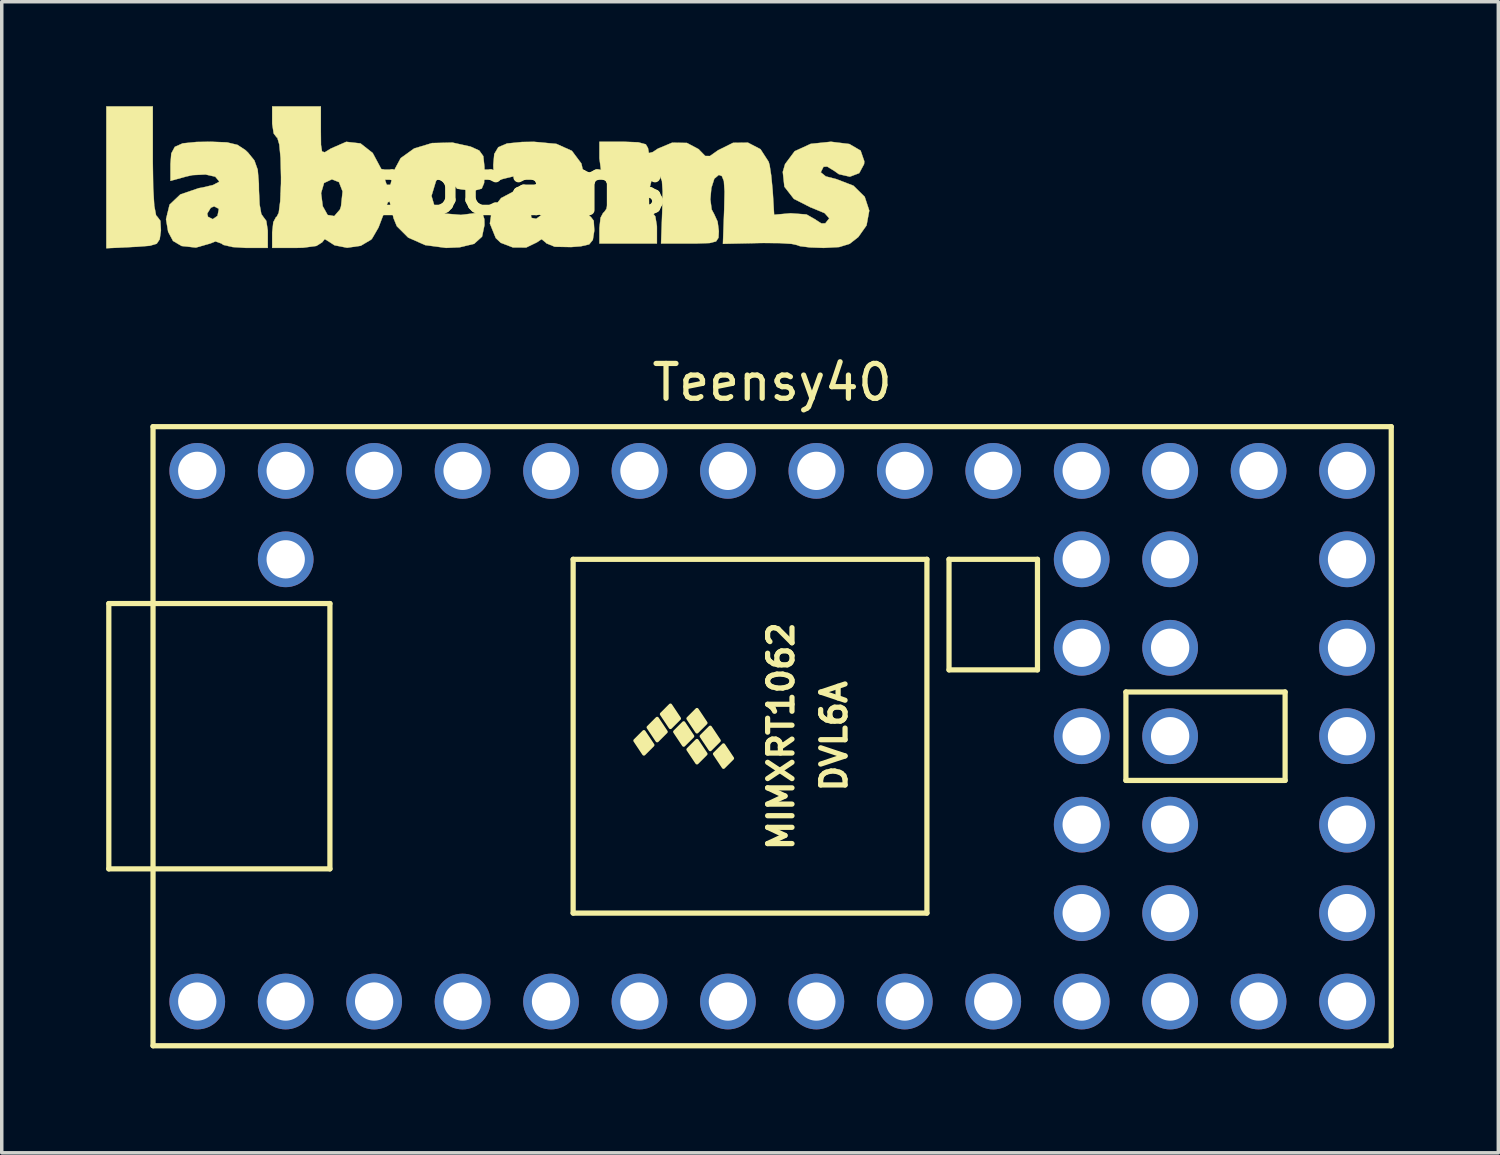
<source format=kicad_pcb>
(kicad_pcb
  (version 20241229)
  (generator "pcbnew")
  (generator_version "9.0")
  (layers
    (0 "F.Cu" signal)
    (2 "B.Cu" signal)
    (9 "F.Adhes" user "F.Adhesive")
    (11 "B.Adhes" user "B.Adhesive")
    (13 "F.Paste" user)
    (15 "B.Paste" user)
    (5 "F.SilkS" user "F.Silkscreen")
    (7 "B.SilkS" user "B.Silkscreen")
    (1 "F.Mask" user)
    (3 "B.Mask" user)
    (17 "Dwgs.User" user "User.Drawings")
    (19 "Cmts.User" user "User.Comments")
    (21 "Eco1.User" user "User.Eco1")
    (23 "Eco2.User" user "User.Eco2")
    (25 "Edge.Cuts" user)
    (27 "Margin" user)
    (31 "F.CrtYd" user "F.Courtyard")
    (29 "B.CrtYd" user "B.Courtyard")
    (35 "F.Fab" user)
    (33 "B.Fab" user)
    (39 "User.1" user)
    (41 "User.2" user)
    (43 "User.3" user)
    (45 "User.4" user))
  (footprint "labcams"
    (layer "F.Cu")
    (at 11.371 2.291)
    (property "Reference" "labcams" (at 0 0 0) (layer "F.SilkS") (effects (font (size 1.524 1.524) (thickness 0.3))))
    (attr through_hole)
    (fp_poly (pts (xy -10.033 -0.699) (xy -10.022 0.049) (xy -9.991 0.566) (xy -9.939 0.842) (xy -9.898 0.889) (xy -9.816 0.999) (xy -9.8 1.274) (xy -9.803 1.302) (xy -9.835 1.531) (xy -9.919 1.657) (xy -10.117 1.717) (xy -10.491 1.746) (xy -10.604 1.751) (xy -11.367 1.788) (xy -11.367 -2.286) (xy -10.033 -2.286) (xy -10.033 -0.699)) (stroke (width 0.01) (type solid)) (fill yes) (layer "F.SilkS"))
    (fp_poly (pts (xy 1.558 -1.209) (xy 2.003 -1.009) (xy 2.276 -0.644) (xy 2.399 -0.088) (xy 2.413 0.26) (xy 2.438 0.634) (xy 2.503 0.856) (xy 2.548 0.889) (xy 2.63 0.999) (xy 2.646 1.274) (xy 2.643 1.302) (xy 2.604 1.549) (xy 2.5 1.677) (xy 2.261 1.732) (xy 1.981 1.754) (xy 1.511 1.745) (xy 1.269 1.646) (xy 1.256 1.628) (xy 1.133 1.528) (xy 0.996 1.62) (xy 0.693 1.766) (xy 0.309 1.765) (xy -0.041 1.631) (xy -0.183 1.496) (xy -0.352 1.078) (xy -0.317 0.845) (xy 0.828 0.845) (xy 0.842 0.916) (xy 0.978 0.942) (xy 1.119 0.841) (xy 1.243 0.652) (xy 1.234 0.556) (xy 1.086 0.549) (xy 0.918 0.675) (xy 0.828 0.845) (xy -0.317 0.845) (xy -0.292 0.682) (xy -0.029 0.347) (xy 0.413 0.113) (xy 0.751 0.036) (xy 1.07 -0.022) (xy 1.179 -0.097) (xy 1.121 -0.217) (xy 0.883 -0.324) (xy 0.491 -0.318) (xy 0.015 -0.201) (xy -0.073 -0.169) (xy -0.193 -0.185) (xy -0.246 -0.381) (xy -0.254 -0.607) (xy -0.226 -0.919) (xy -0.11 -1.114) (xy 0.14 -1.22) (xy 0.569 -1.263) (xy 0.915 -1.268) (xy 1.558 -1.209)) (stroke (width 0.01) (type solid)) (fill yes) (layer "F.SilkS"))
    (fp_poly (pts (xy -7.902 -1.252) (xy -7.6 -1.18) (xy -7.369 -1.027) (xy -7.297 -0.958) (xy -7.115 -0.733) (xy -7.02 -0.467) (xy -6.987 -0.069) (xy -6.985 0.121) (xy -6.966 0.529) (xy -6.916 0.806) (xy -6.858 0.889) (xy -6.774 1.001) (xy -6.732 1.275) (xy -6.731 1.333) (xy -6.731 1.778) (xy -7.359 1.778) (xy -7.737 1.754) (xy -8.001 1.694) (xy -8.065 1.651) (xy -8.233 1.592) (xy -8.381 1.651) (xy -8.795 1.769) (xy -9.206 1.724) (xy -9.452 1.578) (xy -9.592 1.316) (xy -9.652 0.96) (xy -9.652 0.951) (xy -9.614 0.795) (xy -8.471 0.795) (xy -8.447 0.886) (xy -8.31 0.953) (xy -8.175 0.858) (xy -8.138 0.676) (xy -8.145 0.65) (xy -8.271 0.585) (xy -8.367 0.625) (xy -8.471 0.795) (xy -9.614 0.795) (xy -9.551 0.536) (xy -9.242 0.243) (xy -8.713 0.063) (xy -8.604 0.044) (xy -8.299 -0.029) (xy -8.136 -0.115) (xy -8.128 -0.135) (xy -8.239 -0.267) (xy -8.519 -0.33) (xy -8.891 -0.312) (xy -9.076 -0.271) (xy -9.525 -0.147) (xy -9.525 -0.632) (xy -9.502 -0.934) (xy -9.401 -1.123) (xy -9.174 -1.224) (xy -8.775 -1.264) (xy -8.366 -1.27) (xy -7.902 -1.252)) (stroke (width 0.01) (type solid)) (fill yes) (layer "F.SilkS"))
    (fp_poly (pts (xy -5.207 -1.58) (xy -5.203 -1.181) (xy -5.173 -0.992) (xy -5.094 -0.967) (xy -4.94 -1.062) (xy -4.925 -1.072) (xy -4.477 -1.268) (xy -4.067 -1.222) (xy -3.718 -0.948) (xy -3.455 -0.458) (xy -3.405 -0.301) (xy -3.313 -0.026) (xy -3.245 0.08) (xy -3.232 0.064) (xy -3.18 -0.147) (xy -3.119 -0.417) (xy -2.914 -0.799) (xy -2.527 -1.077) (xy -2.013 -1.232) (xy -1.428 -1.246) (xy -0.908 -1.131) (xy -0.657 -1.018) (xy -0.541 -0.856) (xy -0.509 -0.555) (xy -0.508 -0.432) (xy -0.518 -0.086) (xy -0.586 0.076) (xy -0.766 0.124) (xy -0.953 0.127) (xy -1.292 0.08) (xy -1.397 -0.05) (xy -1.486 -0.25) (xy -1.682 -0.297) (xy -1.876 -0.174) (xy -1.903 -0.131) (xy -2.029 0.285) (xy -1.936 0.602) (xy -1.646 0.792) (xy -1.184 0.831) (xy -1.065 0.817) (xy -0.721 0.773) (xy -0.559 0.806) (xy -0.511 0.953) (xy -0.508 1.124) (xy -0.577 1.455) (xy -0.804 1.661) (xy -1.221 1.761) (xy -1.611 1.778) (xy -2.21 1.698) (xy -2.699 1.481) (xy -3.025 1.155) (xy -3.119 0.925) (xy -3.188 0.621) (xy -3.232 0.445) (xy -3.282 0.47) (xy -3.368 0.686) (xy -3.405 0.809) (xy -3.551 1.193) (xy -3.73 1.502) (xy -3.76 1.539) (xy -4.06 1.717) (xy -4.452 1.774) (xy -4.814 1.703) (xy -4.943 1.619) (xy -5.094 1.524) (xy -5.17 1.619) (xy -5.335 1.722) (xy -5.717 1.773) (xy -5.916 1.778) (xy -6.604 1.778) (xy -6.604 1.333) (xy -6.572 1.04) (xy -6.494 0.893) (xy -6.477 0.889) (xy -6.416 0.769) (xy -6.373 0.437) (xy -6.363 0.204) (xy -5.2 0.204) (xy -5.152 0.582) (xy -5.011 0.834) (xy -4.821 0.865) (xy -4.658 0.676) (xy -4.627 0.582) (xy -4.582 0.156) (xy -4.686 -0.111) (xy -4.889 -0.191) (xy -5.115 -0.086) (xy -5.2 0.204) (xy -6.363 0.204) (xy -6.351 -0.065) (xy -6.35 -0.254) (xy -6.363 -0.802) (xy -6.4 -1.192) (xy -6.456 -1.384) (xy -6.477 -1.397) (xy -6.561 -1.509) (xy -6.603 -1.783) (xy -6.604 -1.841) (xy -6.604 -2.286) (xy -5.207 -2.286) (xy -5.207 -1.58)) (stroke (width 0.01) (type solid)) (fill yes) (layer "F.SilkS"))
    (fp_poly (pts (xy 3.91 -1.254) (xy 4.126 -1.196) (xy 4.191 -1.083) (xy 4.191 -1.072) (xy 4.214 -0.946) (xy 4.328 -0.975) (xy 4.473 -1.072) (xy 4.883 -1.243) (xy 5.306 -1.236) (xy 5.645 -1.056) (xy 5.674 -1.024) (xy 5.833 -0.862) (xy 5.967 -0.86) (xy 6.188 -1.016) (xy 6.198 -1.024) (xy 6.631 -1.239) (xy 7.059 -1.244) (xy 7.42 -1.056) (xy 7.654 -0.694) (xy 7.682 -0.594) (xy 7.728 -0.295) (xy 7.768 0.118) (xy 7.777 0.254) (xy 7.811 0.826) (xy 8.286 0.784) (xy 8.741 0.818) (xy 8.963 0.944) (xy 9.167 1.075) (xy 9.281 1.073) (xy 9.394 0.929) (xy 9.262 0.78) (xy 8.882 0.622) (xy 8.859 0.615) (xy 8.378 0.37) (xy 8.106 0.021) (xy 8.06 -0.403) (xy 8.125 -0.628) (xy 8.401 -0.998) (xy 8.863 -1.21) (xy 9.443 -1.27) (xy 9.972 -1.205) (xy 10.295 -1.016) (xy 10.401 -0.708) (xy 10.394 -0.628) (xy 10.255 -0.369) (xy 9.986 -0.267) (xy 9.671 -0.339) (xy 9.536 -0.435) (xy 9.334 -0.558) (xy 9.229 -0.551) (xy 9.15 -0.393) (xy 9.295 -0.275) (xy 9.596 -0.198) (xy 10.089 -0.008) (xy 10.412 0.31) (xy 10.543 0.707) (xy 10.465 1.132) (xy 10.229 1.466) (xy 9.98 1.661) (xy 9.678 1.754) (xy 9.234 1.778) (xy 8.839 1.764) (xy 8.555 1.729) (xy 8.471 1.698) (xy 8.315 1.663) (xy 7.971 1.641) (xy 7.505 1.637) (xy 7.366 1.639) (xy 6.341 1.661) (xy 6.377 0.672) (xy 6.388 0.162) (xy 6.368 -0.141) (xy 6.31 -0.285) (xy 6.223 -0.318) (xy 6.093 -0.208) (xy 6.008 0.059) (xy 5.979 0.385) (xy 6.018 0.676) (xy 6.087 0.804) (xy 6.188 1.024) (xy 6.223 1.295) (xy 6.213 1.486) (xy 6.143 1.592) (xy 5.957 1.639) (xy 5.597 1.651) (xy 5.393 1.651) (xy 4.564 1.651) (xy 4.6 0.667) (xy 4.61 0.159) (xy 4.589 -0.143) (xy 4.531 -0.286) (xy 4.445 -0.318) (xy 4.305 -0.219) (xy 4.227 0.093) (xy 4.215 0.222) (xy 4.219 0.573) (xy 4.282 0.751) (xy 4.311 0.762) (xy 4.399 0.874) (xy 4.444 1.148) (xy 4.445 1.206) (xy 4.445 1.651) (xy 2.794 1.651) (xy 2.794 1.206) (xy 2.826 0.913) (xy 2.904 0.766) (xy 2.921 0.762) (xy 3.001 0.649) (xy 3.045 0.369) (xy 3.048 0.261) (xy 3.018 -0.077) (xy 2.945 -0.293) (xy 2.921 -0.318) (xy 2.835 -0.486) (xy 2.794 -0.794) (xy 2.794 -0.833) (xy 2.794 -1.27) (xy 3.493 -1.27) (xy 3.91 -1.254)) (stroke (width 0.01) (type solid)) (fill yes) (layer "F.SilkS")))
  (footprint "Teensy40"
    (layer "F.Cu")
    (at 19.125 18.093)
    (property "Reference" "Teensy40" (at 0 -10.16 0) (layer "F.SilkS") (effects (font (size 1 1) (thickness 0.15))))
    (attr through_hole)
    (fp_line (start -19.05 -3.81) (end -17.78 -3.81) (stroke (width 0.15) (type solid)) (layer "F.SilkS"))
    (fp_line (start -19.05 3.81) (end -19.05 -3.81) (stroke (width 0.15) (type solid)) (layer "F.SilkS"))
    (fp_line (start -17.78 -8.89) (end 17.78 -8.89) (stroke (width 0.15) (type solid)) (layer "F.SilkS"))
    (fp_line (start -17.78 3.81) (end -19.05 3.81) (stroke (width 0.15) (type solid)) (layer "F.SilkS"))
    (fp_line (start -17.78 8.89) (end -17.78 -8.89) (stroke (width 0.15) (type solid)) (layer "F.SilkS"))
    (fp_line (start -12.7 -3.81) (end -17.78 -3.81) (stroke (width 0.15) (type solid)) (layer "F.SilkS"))
    (fp_line (start -12.7 3.81) (end -17.78 3.81) (stroke (width 0.15) (type solid)) (layer "F.SilkS"))
    (fp_line (start -12.7 3.81) (end -12.7 -3.81) (stroke (width 0.15) (type solid)) (layer "F.SilkS"))
    (fp_line (start -5.715 -5.08) (end -5.715 5.08) (stroke (width 0.15) (type solid)) (layer "F.SilkS"))
    (fp_line (start 4.445 -5.08) (end -5.715 -5.08) (stroke (width 0.15) (type solid)) (layer "F.SilkS"))
    (fp_line (start 4.445 5.08) (end -5.715 5.08) (stroke (width 0.15) (type solid)) (layer "F.SilkS"))
    (fp_line (start 4.445 5.08) (end 4.445 -5.08) (stroke (width 0.15) (type solid)) (layer "F.SilkS"))
    (fp_line (start 5.08 -5.08) (end 7.62 -5.08) (stroke (width 0.15) (type solid)) (layer "F.SilkS"))
    (fp_line (start 5.08 -1.905) (end 5.08 -5.08) (stroke (width 0.15) (type solid)) (layer "F.SilkS"))
    (fp_line (start 7.62 -5.08) (end 7.62 -1.905) (stroke (width 0.15) (type solid)) (layer "F.SilkS"))
    (fp_line (start 7.62 -1.905) (end 5.08 -1.905) (stroke (width 0.15) (type solid)) (layer "F.SilkS"))
    (fp_line (start 10.16 -1.27) (end 14.732 -1.27) (stroke (width 0.15) (type solid)) (layer "F.SilkS"))
    (fp_line (start 10.16 1.27) (end 10.16 -1.27) (stroke (width 0.15) (type solid)) (layer "F.SilkS"))
    (fp_line (start 14.732 -1.27) (end 14.732 1.27) (stroke (width 0.15) (type solid)) (layer "F.SilkS"))
    (fp_line (start 14.732 1.27) (end 10.16 1.27) (stroke (width 0.15) (type solid)) (layer "F.SilkS"))
    (fp_line (start 17.78 -8.89) (end 17.78 8.89) (stroke (width 0.15) (type solid)) (layer "F.SilkS"))
    (fp_line (start 17.78 8.89) (end -17.78 8.89) (stroke (width 0.15) (type solid)) (layer "F.SilkS"))
    (fp_poly (pts (xy -3.937 0.127) (xy -3.683 -0.127) (xy -3.429 0.254) (xy -3.683 0.508)) (stroke (width 0.1) (type solid)) (fill yes) (layer "F.SilkS"))
    (fp_poly (pts (xy -3.556 -0.254) (xy -3.302 -0.508) (xy -3.048 -0.127) (xy -3.302 0.127)) (stroke (width 0.1) (type solid)) (fill yes) (layer "F.SilkS"))
    (fp_poly (pts (xy -3.175 -0.635) (xy -2.921 -0.889) (xy -2.667 -0.508) (xy -2.921 -0.254)) (stroke (width 0.1) (type solid)) (fill yes) (layer "F.SilkS"))
    (fp_poly (pts (xy -2.794 -0.127) (xy -2.54 -0.381) (xy -2.286 0) (xy -2.54 0.254)) (stroke (width 0.1) (type solid)) (fill yes) (layer "F.SilkS"))
    (fp_poly (pts (xy -2.413 -0.508) (xy -2.159 -0.762) (xy -1.905 -0.381) (xy -2.159 -0.127)) (stroke (width 0.1) (type solid)) (fill yes) (layer "F.SilkS"))
    (fp_poly (pts (xy -2.413 0.381) (xy -2.159 0.127) (xy -1.905 0.508) (xy -2.159 0.762)) (stroke (width 0.1) (type solid)) (fill yes) (layer "F.SilkS"))
    (fp_poly (pts (xy -2.032 0) (xy -1.778 -0.254) (xy -1.524 0.127) (xy -1.778 0.381)) (stroke (width 0.1) (type solid)) (fill yes) (layer "F.SilkS"))
    (fp_poly (pts (xy -1.651 0.508) (xy -1.397 0.254) (xy -1.143 0.635) (xy -1.397 0.889)) (stroke (width 0.1) (type solid)) (fill yes) (layer "F.SilkS"))
    (fp_text user "MIMXRT1062" (at 0.254 0 90) (layer "F.SilkS") (effects (font (size 0.7 0.7) (thickness 0.15))))
    (fp_text user "DVL6A" (at 1.778 0 90) (layer "F.SilkS") (effects (font (size 0.7 0.7) (thickness 0.15))))
    (pad "1" thru_hole circle (at -16.51 7.62) (size 1.6 1.6) (drill 1.1) (layers "*.Cu" "*.Mask"))
    (pad "2" thru_hole circle (at -13.97 7.62) (size 1.6 1.6) (drill 1.1) (layers "*.Cu" "*.Mask"))
    (pad "3" thru_hole circle (at -11.43 7.62) (size 1.6 1.6) (drill 1.1) (layers "*.Cu" "*.Mask"))
    (pad "4" thru_hole circle (at -8.89 7.62) (size 1.6 1.6) (drill 1.1) (layers "*.Cu" "*.Mask"))
    (pad "5" thru_hole circle (at -6.35 7.62) (size 1.6 1.6) (drill 1.1) (layers "*.Cu" "*.Mask"))
    (pad "6" thru_hole circle (at -3.81 7.62) (size 1.6 1.6) (drill 1.1) (layers "*.Cu" "*.Mask"))
    (pad "7" thru_hole circle (at -1.27 7.62) (size 1.6 1.6) (drill 1.1) (layers "*.Cu" "*.Mask"))
    (pad "8" thru_hole circle (at 1.27 7.62) (size 1.6 1.6) (drill 1.1) (layers "*.Cu" "*.Mask"))
    (pad "9" thru_hole circle (at 3.81 7.62) (size 1.6 1.6) (drill 1.1) (layers "*.Cu" "*.Mask"))
    (pad "10" thru_hole circle (at 6.35 7.62) (size 1.6 1.6) (drill 1.1) (layers "*.Cu" "*.Mask"))
    (pad "11" thru_hole circle (at 8.89 7.62) (size 1.6 1.6) (drill 1.1) (layers "*.Cu" "*.Mask"))
    (pad "12" thru_hole circle (at 11.43 7.62) (size 1.6 1.6) (drill 1.1) (layers "*.Cu" "*.Mask"))
    (pad "13" thru_hole circle (at 13.97 7.62) (size 1.6 1.6) (drill 1.1) (layers "*.Cu" "*.Mask"))
    (pad "14" thru_hole circle (at 16.51 7.62) (size 1.6 1.6) (drill 1.1) (layers "*.Cu" "*.Mask"))
    (pad "15" thru_hole circle (at 16.51 5.08) (size 1.6 1.6) (drill 1.1) (layers "*.Cu" "*.Mask"))
    (pad "16" thru_hole circle (at 16.51 2.54) (size 1.6 1.6) (drill 1.1) (layers "*.Cu" "*.Mask"))
    (pad "17" thru_hole circle (at 16.51 0) (size 1.6 1.6) (drill 1.1) (layers "*.Cu" "*.Mask"))
    (pad "18" thru_hole circle (at 16.51 -2.54) (size 1.6 1.6) (drill 1.1) (layers "*.Cu" "*.Mask"))
    (pad "19" thru_hole circle (at 16.51 -5.08) (size 1.6 1.6) (drill 1.1) (layers "*.Cu" "*.Mask"))
    (pad "20" thru_hole circle (at 16.51 -7.62) (size 1.6 1.6) (drill 1.1) (layers "*.Cu" "*.Mask"))
    (pad "21" thru_hole circle (at 13.97 -7.62) (size 1.6 1.6) (drill 1.1) (layers "*.Cu" "*.Mask"))
    (pad "22" thru_hole circle (at 11.43 -7.62) (size 1.6 1.6) (drill 1.1) (layers "*.Cu" "*.Mask"))
    (pad "23" thru_hole circle (at 8.89 -7.62) (size 1.6 1.6) (drill 1.1) (layers "*.Cu" "*.Mask"))
    (pad "24" thru_hole circle (at 6.35 -7.62) (size 1.6 1.6) (drill 1.1) (layers "*.Cu" "*.Mask"))
    (pad "25" thru_hole circle (at 3.81 -7.62) (size 1.6 1.6) (drill 1.1) (layers "*.Cu" "*.Mask"))
    (pad "26" thru_hole circle (at 1.27 -7.62) (size 1.6 1.6) (drill 1.1) (layers "*.Cu" "*.Mask"))
    (pad "27" thru_hole circle (at -1.27 -7.62) (size 1.6 1.6) (drill 1.1) (layers "*.Cu" "*.Mask"))
    (pad "28" thru_hole circle (at -3.81 -7.62) (size 1.6 1.6) (drill 1.1) (layers "*.Cu" "*.Mask"))
    (pad "29" thru_hole circle (at -6.35 -7.62) (size 1.6 1.6) (drill 1.1) (layers "*.Cu" "*.Mask"))
    (pad "30" thru_hole circle (at -8.89 -7.62) (size 1.6 1.6) (drill 1.1) (layers "*.Cu" "*.Mask"))
    (pad "31" thru_hole circle (at -11.43 -7.62) (size 1.6 1.6) (drill 1.1) (layers "*.Cu" "*.Mask"))
    (pad "32" thru_hole circle (at -13.97 -7.62) (size 1.6 1.6) (drill 1.1) (layers "*.Cu" "*.Mask"))
    (pad "33" thru_hole circle (at -16.51 -7.62) (size 1.6 1.6) (drill 1.1) (layers "*.Cu" "*.Mask"))
    (pad "34" thru_hole circle (at -13.97 -5.08) (size 1.6 1.6) (drill 1.1) (layers "*.Cu" "*.Mask"))
    (pad "35" thru_hole circle (at 11.43 -5.08) (size 1.6 1.6) (drill 1.1) (layers "*.Cu" "*.Mask"))
    (pad "36" thru_hole circle (at 8.89 -5.08) (size 1.6 1.6) (drill 1.1) (layers "*.Cu" "*.Mask"))
    (pad "37" thru_hole circle (at 11.43 -2.54) (size 1.6 1.6) (drill 1.1) (layers "*.Cu" "*.Mask"))
    (pad "38" thru_hole circle (at 8.89 -2.54) (size 1.6 1.6) (drill 1.1) (layers "*.Cu" "*.Mask"))
    (pad "39" thru_hole circle (at 11.43 0) (size 1.6 1.6) (drill 1.1) (layers "*.Cu" "*.Mask"))
    (pad "40" thru_hole circle (at 8.89 0) (size 1.6 1.6) (drill 1.1) (layers "*.Cu" "*.Mask"))
    (pad "41" thru_hole circle (at 11.43 2.54) (size 1.6 1.6) (drill 1.1) (layers "*.Cu" "*.Mask"))
    (pad "42" thru_hole circle (at 8.89 2.54) (size 1.6 1.6) (drill 1.1) (layers "*.Cu" "*.Mask"))
    (pad "43" thru_hole circle (at 11.43 5.08) (size 1.6 1.6) (drill 1.1) (layers "*.Cu" "*.Mask"))
    (pad "44" thru_hole circle (at 8.89 5.08) (size 1.6 1.6) (drill 1.1) (layers "*.Cu" "*.Mask")))
  (gr_rect
    (start -3 -3)
    (end 39.98 30.058)
    (stroke (width 0.1) (type default))
    (fill no)
    (layer "Edge.Cuts")))
</source>
